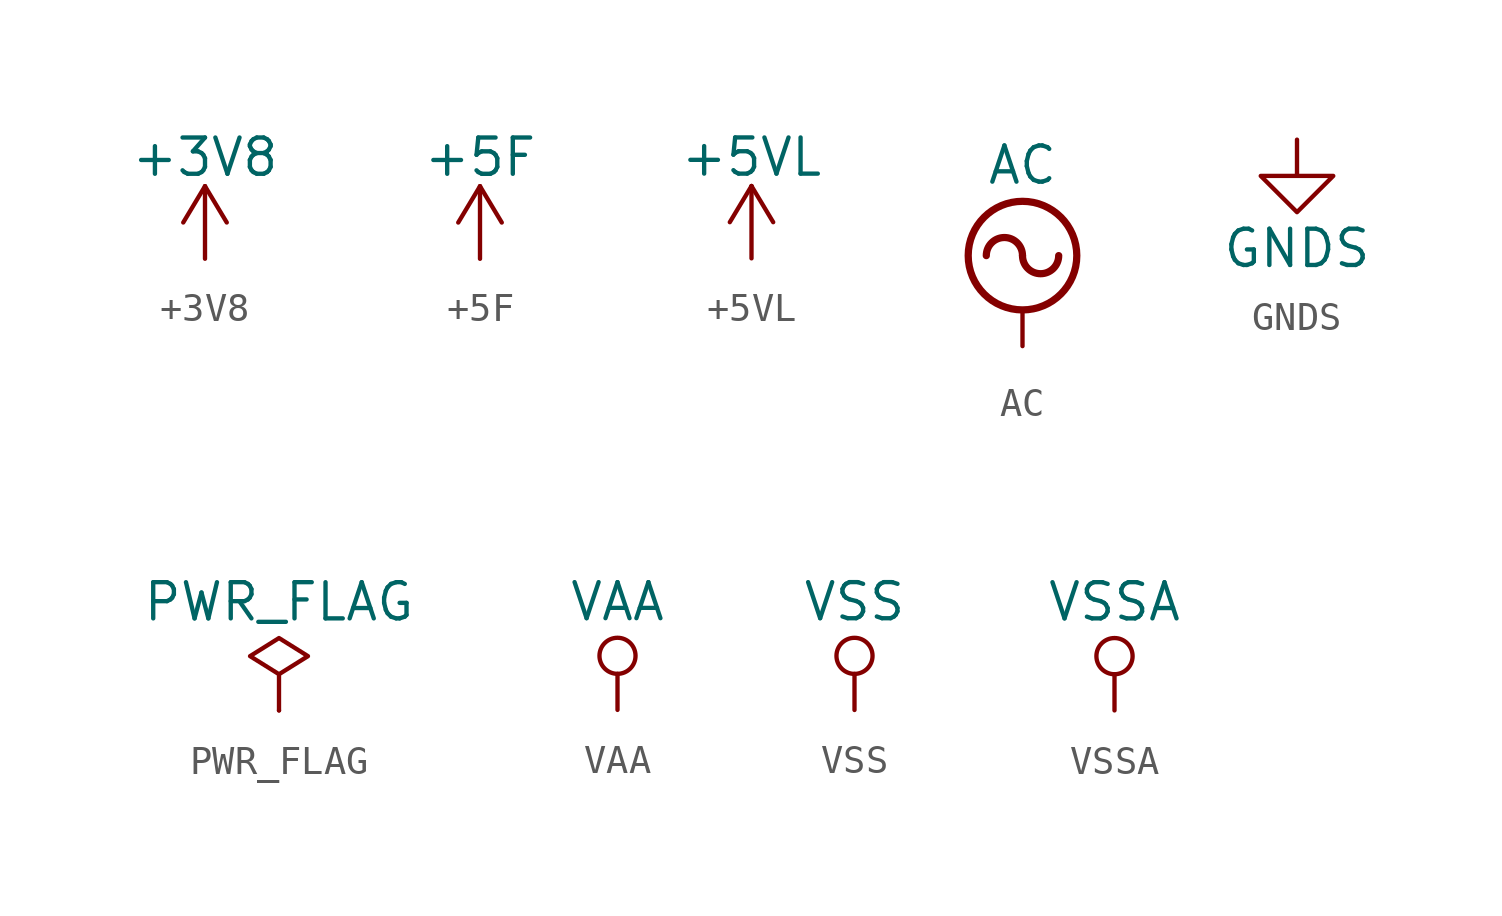
<source format=kicad_sym>
(kicad_symbol_lib
  (version 20201005)
  (generator kicad_symbol_editor)
  (symbol "+3V8"
    (power)
    (pin_names
      (offset 0))
    (property "Reference" "#PWR"
      (at 0 -3.81 0)
      (effects (font (size 1.27 1.27)) hide))
    (property "Value" "+3V8"
      (at 0 3.556 0)
      (effects (font (size 1.27 1.27))))
    (symbol "+3V8_0_1"
      (polyline (pts (xy -0.762 1.27) (xy 0 2.54)) (stroke (width 0)) (fill (type none)))
      (polyline (pts (xy 0 0) (xy 0 2.54)) (stroke (width 0)) (fill (type none)))
      (polyline (pts (xy 0 2.54) (xy 0.762 1.27)) (stroke (width 0)) (fill (type none))))
    (symbol "+3V8_1_1"
      (pin power_in line (at 0 0 90) (length 0) hide (name "+3V8" (effects (font (size 1.27 1.27)))) (number "1" (effects (font (size 1.27 1.27)))))))
  (symbol "+5F"
    (power)
    (pin_names
      (offset 0))
    (property "Reference" "#PWR"
      (at 0 -3.81 0)
      (effects (font (size 1.27 1.27)) hide))
    (property "Value" "+5F"
      (at 0 3.556 0)
      (effects (font (size 1.27 1.27))))
    (symbol "+5F_0_1"
      (polyline (pts (xy -0.762 1.27) (xy 0 2.54)) (stroke (width 0)) (fill (type none)))
      (polyline (pts (xy 0 0) (xy 0 2.54)) (stroke (width 0)) (fill (type none)))
      (polyline (pts (xy 0 2.54) (xy 0.762 1.27)) (stroke (width 0)) (fill (type none))))
    (symbol "+5F_1_1"
      (pin power_in line (at 0 0 90) (length 0) hide (name "+5F" (effects (font (size 1.27 1.27)))) (number "1" (effects (font (size 1.27 1.27)))))))
  (symbol "+5VL"
    (power)
    (pin_names
      (offset 0))
    (property "Reference" "#PWR"
      (at 0 -3.81 0)
      (effects (font (size 1.27 1.27)) hide))
    (property "Value" "+5VL"
      (at 0 3.556 0)
      (effects (font (size 1.27 1.27))))
    (symbol "+5VL_0_1"
      (polyline (pts (xy -0.762 1.27) (xy 0 2.54)) (stroke (width 0)) (fill (type none)))
      (polyline (pts (xy 0 0) (xy 0 2.54)) (stroke (width 0)) (fill (type none)))
      (polyline (pts (xy 0 2.54) (xy 0.762 1.27)) (stroke (width 0)) (fill (type none))))
    (symbol "+5VL_1_1"
      (pin power_in line (at 0 0 90) (length 0) hide (name "+5VL" (effects (font (size 1.27 1.27)))) (number "1" (effects (font (size 1.27 1.27)))))))
  (symbol "AC"
    (power)
    (pin_names
      (offset 0))
    (property "Reference" "#PWR"
      (at 0 -2.54 0)
      (effects (font (size 1.27 1.27)) hide))
    (property "Value" "AC"
      (at 0 6.35 0)
      (effects (font (size 1.27 1.27))))
    (symbol "AC_0_1"
      (arc (start 0 3.175) (end -1.27 3.175) (radius (at -0.635 3.175) (length 0.635) (angles 0.1 179.9)) (stroke (width 0.254)) (fill (type none)))
      (arc (start 0 3.175) (end 1.27 3.175) (radius (at 0.635 3.175) (length 0.635) (angles -179.9 -0.1)) (stroke (width 0.254)) (fill (type none)))
      (circle (center 0 3.175) (radius 1.905) (stroke (width 0.254)) (fill (type none)))
      (polyline (pts (xy 0 0) (xy 0 1.27)) (stroke (width 0)) (fill (type none))))
    (symbol "AC_1_1"
      (pin power_in line (at 0 0 90) (length 0) hide (name "AC" (effects (font (size 1.27 1.27)))) (number "1" (effects (font (size 1.27 1.27)))))))
  (symbol "GNDS"
    (power)
    (pin_names
      (offset 0))
    (property "Reference" "#PWR"
      (at 0 -6.35 0)
      (effects (font (size 1.27 1.27)) hide))
    (property "Value" "GNDS"
      (at 0 -3.81 0)
      (effects (font (size 1.27 1.27))))
    (symbol "GNDS_0_1"
      (polyline (pts (xy 0 0) (xy 0 -1.27) (xy 1.27 -1.27) (xy 0 -2.54) (xy -1.27 -1.27) (xy 0 -1.27)) (stroke (width 0)) (fill (type none))))
    (symbol "GNDS_1_1"
      (pin power_in line (at 0 0 270) (length 0) hide (name "GNDS" (effects (font (size 1.27 1.27)))) (number "1" (effects (font (size 1.27 1.27)))))))
  (symbol "PWR_FLAG"
    (power)
    (pin_numbers hide)
    (pin_names
      (offset 0) hide)
    (property "Reference" "#FLG"
      (at 0 1.905 0)
      (effects (font (size 1.27 1.27)) hide))
    (property "Value" "PWR_FLAG"
      (at 0 3.81 0)
      (effects (font (size 1.27 1.27))))
    (symbol "PWR_FLAG_0_0"
      (pin power_out line (at 0 0 90) (length 0) (name "pwr" (effects (font (size 1.27 1.27)))) (number "1" (effects (font (size 1.27 1.27))))))
    (symbol "PWR_FLAG_0_1"
      (polyline (pts (xy 0 0) (xy 0 1.27) (xy -1.016 1.905) (xy 0 2.54) (xy 1.016 1.905) (xy 0 1.27)) (stroke (width 0)) (fill (type none)))))
  (symbol "VAA"
    (power)
    (pin_names
      (offset 0))
    (property "Reference" "#PWR"
      (at 0 -3.81 0)
      (effects (font (size 1.27 1.27)) hide))
    (property "Value" "VAA"
      (at 0 3.81 0)
      (effects (font (size 1.27 1.27))))
    (symbol "VAA_0_1"
      (circle (center 0 1.905) (radius 0.635) (stroke (width 0)) (fill (type none)))
      (polyline (pts (xy 0 0) (xy 0 1.27)) (stroke (width 0)) (fill (type none))))
    (symbol "VAA_1_1"
      (pin power_in line (at 0 0 90) (length 0) hide (name "VAA" (effects (font (size 1.27 1.27)))) (number "1" (effects (font (size 1.27 1.27)))))))
  (symbol "VSS"
    (power)
    (pin_names
      (offset 0))
    (property "Reference" "#PWR"
      (at 0 -3.81 0)
      (effects (font (size 1.27 1.27)) hide))
    (property "Value" "VSS"
      (at 0 3.81 0)
      (effects (font (size 1.27 1.27))))
    (symbol "VSS_0_1"
      (circle (center 0 1.905) (radius 0.635) (stroke (width 0)) (fill (type none)))
      (polyline (pts (xy 0 0) (xy 0 1.27)) (stroke (width 0)) (fill (type none))))
    (symbol "VSS_1_1"
      (pin power_in line (at 0 0 90) (length 0) hide (name "VSS" (effects (font (size 1.27 1.27)))) (number "1" (effects (font (size 1.27 1.27)))))))
  (symbol "VSSA"
    (power)
    (pin_names
      (offset 0))
    (property "Reference" "#PWR"
      (at 0 -3.81 0)
      (effects (font (size 1.27 1.27)) hide))
    (property "Value" "VSSA"
      (at 0 3.81 0)
      (effects (font (size 1.27 1.27))))
    (symbol "VSSA_0_1"
      (circle (center 0 1.905) (radius 0.635) (stroke (width 0)) (fill (type none)))
      (polyline (pts (xy 0 0) (xy 0 1.27)) (stroke (width 0)) (fill (type none))))
    (symbol "VSSA_1_1"
      (pin power_in line (at 0 0 90) (length 0) hide (name "VSSA" (effects (font (size 1.27 1.27)))) (number "1" (effects (font (size 1.27 1.27))))))))
</source>
